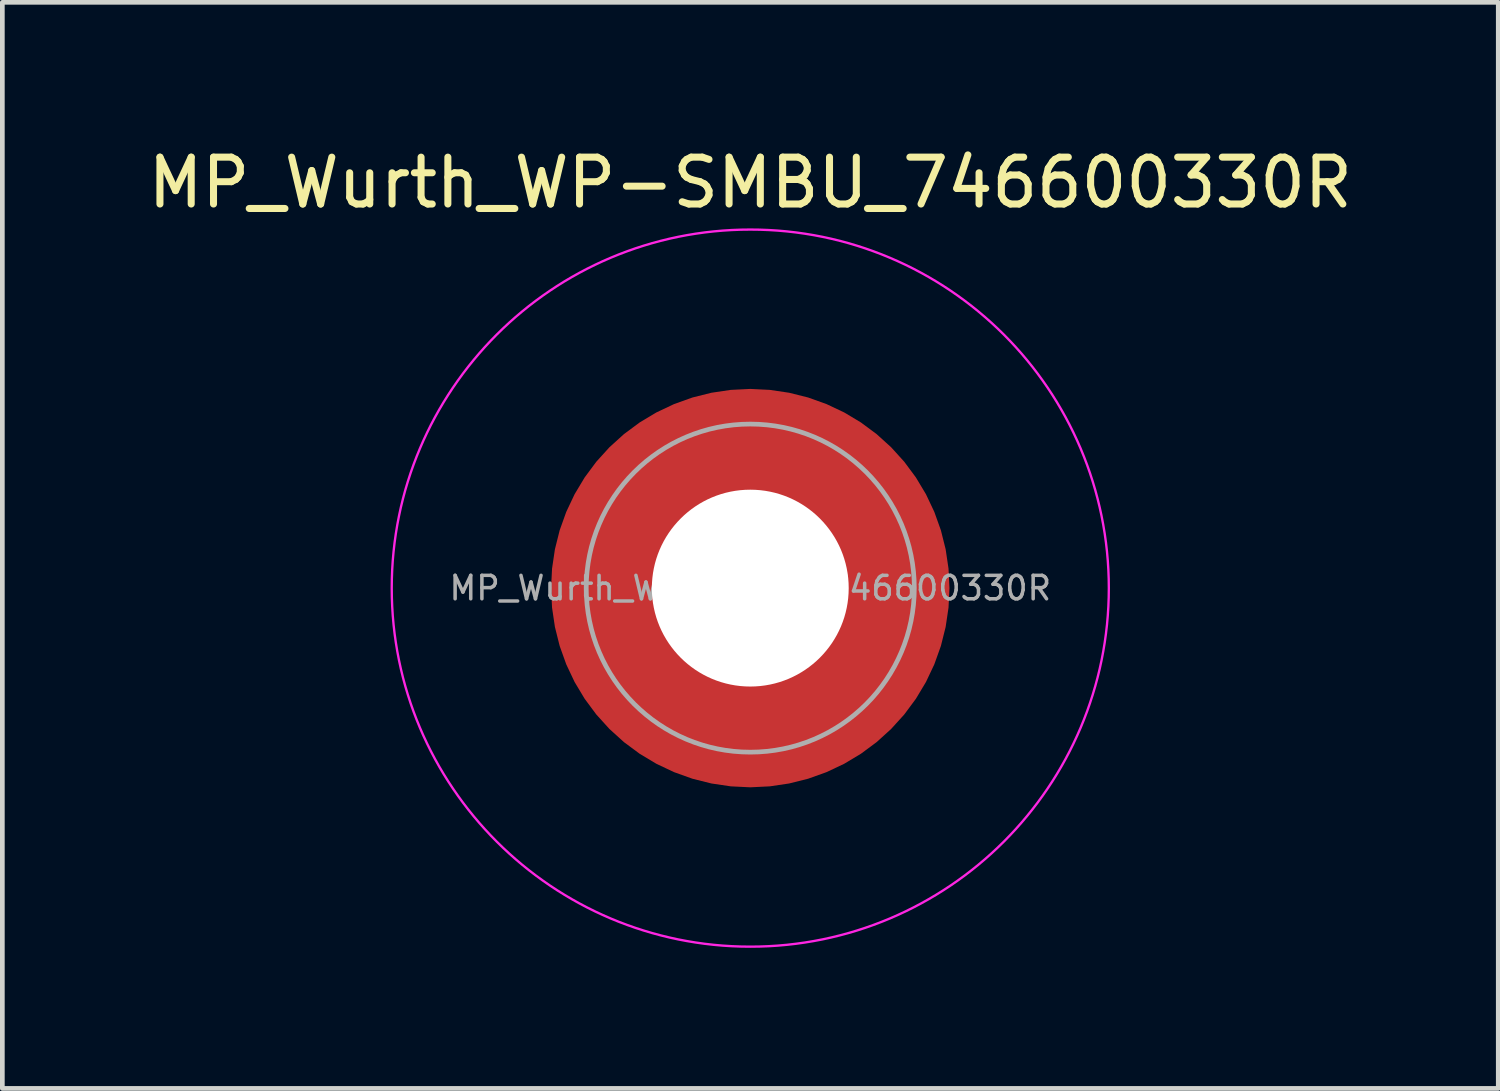
<source format=kicad_pcb>
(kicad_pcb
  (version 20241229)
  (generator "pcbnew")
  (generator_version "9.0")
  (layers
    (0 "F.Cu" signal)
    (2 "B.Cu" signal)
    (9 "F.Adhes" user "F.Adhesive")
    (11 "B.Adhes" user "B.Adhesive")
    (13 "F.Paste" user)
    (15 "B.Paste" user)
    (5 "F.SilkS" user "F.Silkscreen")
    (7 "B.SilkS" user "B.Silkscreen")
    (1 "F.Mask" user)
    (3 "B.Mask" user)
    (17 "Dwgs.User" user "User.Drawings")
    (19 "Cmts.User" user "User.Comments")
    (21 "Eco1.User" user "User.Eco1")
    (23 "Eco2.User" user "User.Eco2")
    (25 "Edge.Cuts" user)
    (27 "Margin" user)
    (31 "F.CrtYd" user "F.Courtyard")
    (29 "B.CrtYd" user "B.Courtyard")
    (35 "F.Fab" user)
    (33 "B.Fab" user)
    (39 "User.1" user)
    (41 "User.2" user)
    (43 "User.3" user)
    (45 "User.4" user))
  (footprint "MP_Wurth_WP-SMBU_746600330R"
    (layer "F.Cu")
    (at 12.958 9.498)
    (property "Reference" "MP_Wurth_WP-SMBU_746600330R" (at 0 -8.65 0) (unlocked yes) (layer "F.SilkS") (effects (font (size 1 1) (thickness 0.15))))
    (attr smd)
    (fp_poly (pts (xy -2.18 0.534) (xy -2.165 0.594) (xy -2.14 0.679) (xy -2.105 0.783) (xy -2.055 0.903) (xy -2.006 1.013) (xy -1.956 1.103) (xy -1.906 1.187) (xy -1.851 1.272) (xy -1.771 1.382) (xy -1.691 1.477) (xy -1.611 1.567) (xy -1.537 1.636) (xy -1.462 1.706) (xy -1.387 1.766) (xy -1.287 1.841) (xy -1.212 1.891) (xy -1.127 1.941) (xy -1.068 1.976) (xy -1.003 2.011) (xy -0.958 2.03) (xy -0.958 2.03) (xy -0.873 2.07) (xy -0.783 2.105) (xy -0.698 2.135) (xy -0.629 2.155) (xy -0.579 2.17) (xy -0.495 2.191) (xy -0.495 4.126) (xy -0.576 4.115) (xy -0.646 4.105) (xy -0.716 4.095) (xy -0.716 4.095) (xy -0.796 4.08) (xy -0.796 4.08) (xy -0.861 4.065) (xy -0.941 4.05) (xy -0.941 4.05) (xy -1.036 4.025) (xy -1.116 4.005) (xy -1.116 4.005) (xy -1.186 3.985) (xy -1.187 3.985) (xy -1.277 3.955) (xy -1.341 3.935) (xy -1.342 3.935) (xy -1.442 3.9) (xy -1.442 3.9) (xy -1.552 3.855) (xy -1.652 3.815) (xy -1.652 3.815) (xy -1.762 3.765) (xy -1.847 3.725) (xy -1.847 3.724) (xy -1.972 3.659) (xy -1.972 3.659) (xy -2.172 3.544) (xy -2.173 3.544) (xy -2.288 3.469) (xy -2.288 3.469) (xy -2.398 3.394) (xy -2.398 3.394) (xy -2.493 3.324) (xy -2.493 3.324) (xy -2.603 3.239) (xy -2.603 3.239) (xy -2.698 3.159) (xy -2.808 3.064) (xy -2.808 3.064) (xy -2.898 2.979) (xy -2.899 2.979) (xy -2.949 2.929) (xy -2.949 2.928) (xy -3.009 2.863) (xy -3.079 2.788) (xy -3.079 2.788) (xy -3.199 2.653) (xy -3.199 2.653) (xy -3.299 2.528) (xy -3.299 2.528) (xy -3.359 2.448) (xy -3.359 2.448) (xy -3.394 2.398) (xy -3.424 2.358) (xy -3.424 2.358) (xy -3.464 2.298) (xy -3.489 2.263) (xy -3.489 2.262) (xy -3.514 2.218) (xy -3.539 2.178) (xy -3.564 2.138) (xy -3.564 2.137) (xy -3.584 2.103) (xy -3.614 2.053) (xy -3.614 2.052) (xy -3.644 1.997) (xy -3.669 1.952) (xy -3.669 1.952) (xy -3.694 1.902) (xy -3.724 1.847) (xy -3.725 1.847) (xy -3.745 1.802) (xy -3.769 1.752) (xy -3.77 1.752) (xy -3.82 1.642) (xy -3.82 1.642) (xy -3.845 1.577) (xy -3.87 1.517) (xy -3.89 1.467) (xy -3.89 1.467) (xy -3.9 1.437) (xy -3.92 1.382) (xy -3.92 1.382) (xy -3.935 1.337) (xy -3.955 1.282) (xy -3.955 1.281) (xy -3.975 1.216) (xy -3.975 1.216) (xy -3.995 1.146) (xy -4.01 1.096) (xy -4.01 1.096) (xy -4.04 0.976) (xy -4.06 0.891) (xy -4.06 0.891) (xy -4.085 0.766) (xy -4.085 0.766) (xy -4.11 0.616) (xy -4.11 0.616) (xy -4.115 0.581) (xy -4.12 0.541) (xy -4.126 0.495) (xy -2.186 0.495)) (stroke (width 0) (type default)) (fill yes) (layer "F.Paste"))
    (fp_poly (pts (xy -0.495 -2.186) (xy -0.534 -2.18) (xy -0.594 -2.165) (xy -0.679 -2.14) (xy -0.783 -2.105) (xy -0.903 -2.055) (xy -1.013 -2.006) (xy -1.103 -1.956) (xy -1.187 -1.906) (xy -1.272 -1.851) (xy -1.382 -1.771) (xy -1.477 -1.691) (xy -1.567 -1.611) (xy -1.636 -1.537) (xy -1.706 -1.462) (xy -1.766 -1.387) (xy -1.841 -1.287) (xy -1.891 -1.212) (xy -1.941 -1.127) (xy -1.976 -1.068) (xy -2.011 -1.003) (xy -2.03 -0.958) (xy -2.03 -0.958) (xy -2.07 -0.873) (xy -2.105 -0.783) (xy -2.135 -0.698) (xy -2.155 -0.629) (xy -2.17 -0.579) (xy -2.191 -0.495) (xy -4.126 -0.495) (xy -4.115 -0.576) (xy -4.105 -0.646) (xy -4.095 -0.716) (xy -4.095 -0.716) (xy -4.08 -0.796) (xy -4.08 -0.796) (xy -4.065 -0.861) (xy -4.05 -0.941) (xy -4.05 -0.941) (xy -4.025 -1.036) (xy -4.005 -1.116) (xy -4.005 -1.116) (xy -3.985 -1.186) (xy -3.985 -1.187) (xy -3.955 -1.277) (xy -3.935 -1.341) (xy -3.935 -1.342) (xy -3.9 -1.442) (xy -3.9 -1.442) (xy -3.855 -1.552) (xy -3.815 -1.652) (xy -3.815 -1.652) (xy -3.765 -1.762) (xy -3.725 -1.847) (xy -3.724 -1.847) (xy -3.659 -1.972) (xy -3.659 -1.972) (xy -3.544 -2.172) (xy -3.544 -2.173) (xy -3.469 -2.288) (xy -3.469 -2.288) (xy -3.394 -2.398) (xy -3.394 -2.398) (xy -3.324 -2.493) (xy -3.324 -2.493) (xy -3.239 -2.603) (xy -3.239 -2.603) (xy -3.159 -2.698) (xy -3.064 -2.808) (xy -3.064 -2.808) (xy -2.979 -2.898) (xy -2.979 -2.899) (xy -2.929 -2.949) (xy -2.928 -2.949) (xy -2.863 -3.009) (xy -2.788 -3.079) (xy -2.788 -3.079) (xy -2.653 -3.199) (xy -2.653 -3.199) (xy -2.528 -3.299) (xy -2.528 -3.299) (xy -2.448 -3.359) (xy -2.448 -3.359) (xy -2.398 -3.394) (xy -2.358 -3.424) (xy -2.358 -3.424) (xy -2.298 -3.464) (xy -2.263 -3.489) (xy -2.262 -3.489) (xy -2.218 -3.514) (xy -2.178 -3.539) (xy -2.138 -3.564) (xy -2.137 -3.564) (xy -2.103 -3.584) (xy -2.053 -3.614) (xy -2.052 -3.614) (xy -1.997 -3.644) (xy -1.952 -3.669) (xy -1.952 -3.669) (xy -1.902 -3.694) (xy -1.847 -3.724) (xy -1.847 -3.725) (xy -1.802 -3.745) (xy -1.752 -3.769) (xy -1.752 -3.77) (xy -1.642 -3.82) (xy -1.642 -3.82) (xy -1.577 -3.845) (xy -1.517 -3.87) (xy -1.467 -3.89) (xy -1.467 -3.89) (xy -1.437 -3.9) (xy -1.382 -3.92) (xy -1.382 -3.92) (xy -1.337 -3.935) (xy -1.282 -3.955) (xy -1.281 -3.955) (xy -1.216 -3.975) (xy -1.216 -3.975) (xy -1.146 -3.995) (xy -1.096 -4.01) (xy -1.096 -4.01) (xy -0.976 -4.04) (xy -0.891 -4.06) (xy -0.891 -4.06) (xy -0.766 -4.085) (xy -0.766 -4.085) (xy -0.616 -4.11) (xy -0.616 -4.11) (xy -0.581 -4.115) (xy -0.541 -4.12) (xy -0.495 -4.126)) (stroke (width 0) (type default)) (fill yes) (layer "F.Paste"))
    (fp_poly (pts (xy 0.576 -4.11) (xy 0.646 -4.1) (xy 0.716 -4.09) (xy 0.716 -4.09) (xy 0.796 -4.075) (xy 0.796 -4.075) (xy 0.861 -4.06) (xy 0.941 -4.045) (xy 0.941 -4.045) (xy 1.036 -4.02) (xy 1.116 -4) (xy 1.116 -4) (xy 1.186 -3.98) (xy 1.187 -3.98) (xy 1.277 -3.95) (xy 1.341 -3.93) (xy 1.342 -3.93) (xy 1.442 -3.895) (xy 1.442 -3.895) (xy 1.552 -3.85) (xy 1.652 -3.81) (xy 1.652 -3.81) (xy 1.762 -3.76) (xy 1.847 -3.72) (xy 1.847 -3.719) (xy 1.972 -3.654) (xy 1.972 -3.654) (xy 2.172 -3.539) (xy 2.173 -3.539) (xy 2.288 -3.464) (xy 2.288 -3.464) (xy 2.398 -3.389) (xy 2.398 -3.389) (xy 2.493 -3.319) (xy 2.493 -3.319) (xy 2.603 -3.234) (xy 2.603 -3.234) (xy 2.698 -3.154) (xy 2.808 -3.059) (xy 2.808 -3.059) (xy 2.898 -2.974) (xy 2.899 -2.974) (xy 2.949 -2.924) (xy 2.949 -2.923) (xy 3.009 -2.858) (xy 3.079 -2.783) (xy 3.079 -2.783) (xy 3.199 -2.648) (xy 3.199 -2.648) (xy 3.299 -2.523) (xy 3.299 -2.523) (xy 3.359 -2.443) (xy 3.359 -2.443) (xy 3.394 -2.393) (xy 3.424 -2.353) (xy 3.424 -2.353) (xy 3.464 -2.293) (xy 3.489 -2.258) (xy 3.489 -2.257) (xy 3.514 -2.213) (xy 3.539 -2.173) (xy 3.564 -2.133) (xy 3.564 -2.132) (xy 3.584 -2.098) (xy 3.614 -2.048) (xy 3.614 -2.047) (xy 3.644 -1.992) (xy 3.669 -1.947) (xy 3.669 -1.947) (xy 3.694 -1.897) (xy 3.724 -1.842) (xy 3.725 -1.842) (xy 3.745 -1.797) (xy 3.769 -1.747) (xy 3.77 -1.747) (xy 3.82 -1.637) (xy 3.82 -1.637) (xy 3.845 -1.572) (xy 3.87 -1.512) (xy 3.89 -1.462) (xy 3.89 -1.462) (xy 3.9 -1.432) (xy 3.92 -1.377) (xy 3.92 -1.377) (xy 3.935 -1.332) (xy 3.955 -1.277) (xy 3.955 -1.276) (xy 3.975 -1.211) (xy 3.975 -1.211) (xy 3.995 -1.141) (xy 4.01 -1.091) (xy 4.01 -1.091) (xy 4.04 -0.971) (xy 4.06 -0.886) (xy 4.06 -0.886) (xy 4.085 -0.761) (xy 4.085 -0.761) (xy 4.11 -0.611) (xy 4.11 -0.611) (xy 4.115 -0.576) (xy 4.12 -0.536) (xy 4.126 -0.49) (xy 2.186 -0.49) (xy 2.18 -0.529) (xy 2.165 -0.589) (xy 2.14 -0.674) (xy 2.105 -0.778) (xy 2.055 -0.898) (xy 2.006 -1.008) (xy 1.956 -1.098) (xy 1.906 -1.182) (xy 1.851 -1.267) (xy 1.771 -1.377) (xy 1.691 -1.472) (xy 1.611 -1.562) (xy 1.537 -1.631) (xy 1.462 -1.701) (xy 1.387 -1.761) (xy 1.287 -1.836) (xy 1.212 -1.886) (xy 1.127 -1.936) (xy 1.068 -1.971) (xy 1.003 -2.006) (xy 0.958 -2.025) (xy 0.958 -2.025) (xy 0.873 -2.065) (xy 0.783 -2.1) (xy 0.698 -2.13) (xy 0.629 -2.15) (xy 0.579 -2.165) (xy 0.495 -2.186) (xy 0.495 -4.121)) (stroke (width 0) (type default)) (fill yes) (layer "F.Paste"))
    (fp_poly (pts (xy 4.115 0.581) (xy 4.105 0.651) (xy 4.095 0.721) (xy 4.095 0.721) (xy 4.08 0.801) (xy 4.08 0.801) (xy 4.065 0.866) (xy 4.05 0.946) (xy 4.05 0.946) (xy 4.025 1.041) (xy 4.005 1.121) (xy 4.005 1.121) (xy 3.985 1.191) (xy 3.985 1.192) (xy 3.955 1.282) (xy 3.935 1.346) (xy 3.935 1.347) (xy 3.9 1.447) (xy 3.9 1.447) (xy 3.855 1.557) (xy 3.815 1.657) (xy 3.815 1.657) (xy 3.765 1.767) (xy 3.725 1.852) (xy 3.724 1.852) (xy 3.659 1.977) (xy 3.659 1.977) (xy 3.544 2.177) (xy 3.544 2.178) (xy 3.469 2.293) (xy 3.469 2.293) (xy 3.394 2.403) (xy 3.394 2.403) (xy 3.324 2.498) (xy 3.324 2.498) (xy 3.239 2.608) (xy 3.239 2.608) (xy 3.159 2.703) (xy 3.064 2.813) (xy 3.064 2.813) (xy 2.979 2.903) (xy 2.979 2.904) (xy 2.929 2.954) (xy 2.928 2.954) (xy 2.863 3.014) (xy 2.788 3.084) (xy 2.788 3.084) (xy 2.653 3.204) (xy 2.653 3.204) (xy 2.528 3.304) (xy 2.528 3.304) (xy 2.448 3.364) (xy 2.448 3.364) (xy 2.398 3.399) (xy 2.358 3.429) (xy 2.358 3.429) (xy 2.298 3.469) (xy 2.263 3.494) (xy 2.262 3.494) (xy 2.218 3.519) (xy 2.178 3.544) (xy 2.138 3.569) (xy 2.137 3.569) (xy 2.103 3.589) (xy 2.053 3.619) (xy 2.052 3.619) (xy 1.997 3.649) (xy 1.952 3.674) (xy 1.952 3.674) (xy 1.902 3.699) (xy 1.847 3.729) (xy 1.847 3.73) (xy 1.802 3.75) (xy 1.752 3.774) (xy 1.752 3.775) (xy 1.642 3.825) (xy 1.642 3.825) (xy 1.577 3.85) (xy 1.517 3.875) (xy 1.467 3.895) (xy 1.467 3.895) (xy 1.437 3.905) (xy 1.382 3.925) (xy 1.382 3.925) (xy 1.337 3.94) (xy 1.282 3.96) (xy 1.281 3.96) (xy 1.216 3.98) (xy 1.216 3.98) (xy 1.146 4) (xy 1.096 4.015) (xy 1.096 4.015) (xy 0.976 4.045) (xy 0.891 4.065) (xy 0.891 4.065) (xy 0.766 4.09) (xy 0.766 4.09) (xy 0.616 4.115) (xy 0.616 4.115) (xy 0.581 4.12) (xy 0.541 4.125) (xy 0.495 4.131) (xy 0.495 2.191) (xy 0.534 2.185) (xy 0.594 2.17) (xy 0.679 2.145) (xy 0.783 2.11) (xy 0.903 2.06) (xy 1.013 2.011) (xy 1.103 1.961) (xy 1.187 1.911) (xy 1.272 1.856) (xy 1.382 1.776) (xy 1.477 1.696) (xy 1.567 1.616) (xy 1.636 1.542) (xy 1.706 1.467) (xy 1.766 1.392) (xy 1.841 1.292) (xy 1.891 1.217) (xy 1.941 1.132) (xy 1.976 1.073) (xy 2.011 1.008) (xy 2.03 0.963) (xy 2.03 0.963) (xy 2.07 0.878) (xy 2.105 0.788) (xy 2.135 0.703) (xy 2.155 0.634) (xy 2.17 0.584) (xy 2.191 0.5) (xy 4.126 0.5)) (stroke (width 0) (type default)) (fill yes) (layer "F.Paste"))
    (fp_circle (center 0 0) (end 7.65 0) (stroke (width 0.05) (type solid)) (fill no) (layer "F.CrtYd"))
    (fp_circle (center 0 0) (end 3.5 0) (stroke (width 0.1) (type solid)) (fill no) (layer "F.Fab"))
    (fp_text user "${REFERENCE}" (at 0 0 0) (unlocked yes) (layer "F.Fab") (effects (font (size 0.5 0.5) (thickness 0.075))))
    (pad "" np_thru_hole circle (at 0 0) (size 4.2 4.2) (drill 4.2) (layers "*.Cu" "*.Mask"))
    (pad "1" smd roundrect (at 0 0) (size 8.5 8.5) (layers "F.Cu" "F.Mask") (roundrect_rratio 0.5)))
  (gr_rect
    (start -3 -3)
    (end 28.917 20.173)
    (stroke (width 0.1) (type default))
    (fill no)
    (layer "Edge.Cuts")))
</source>
